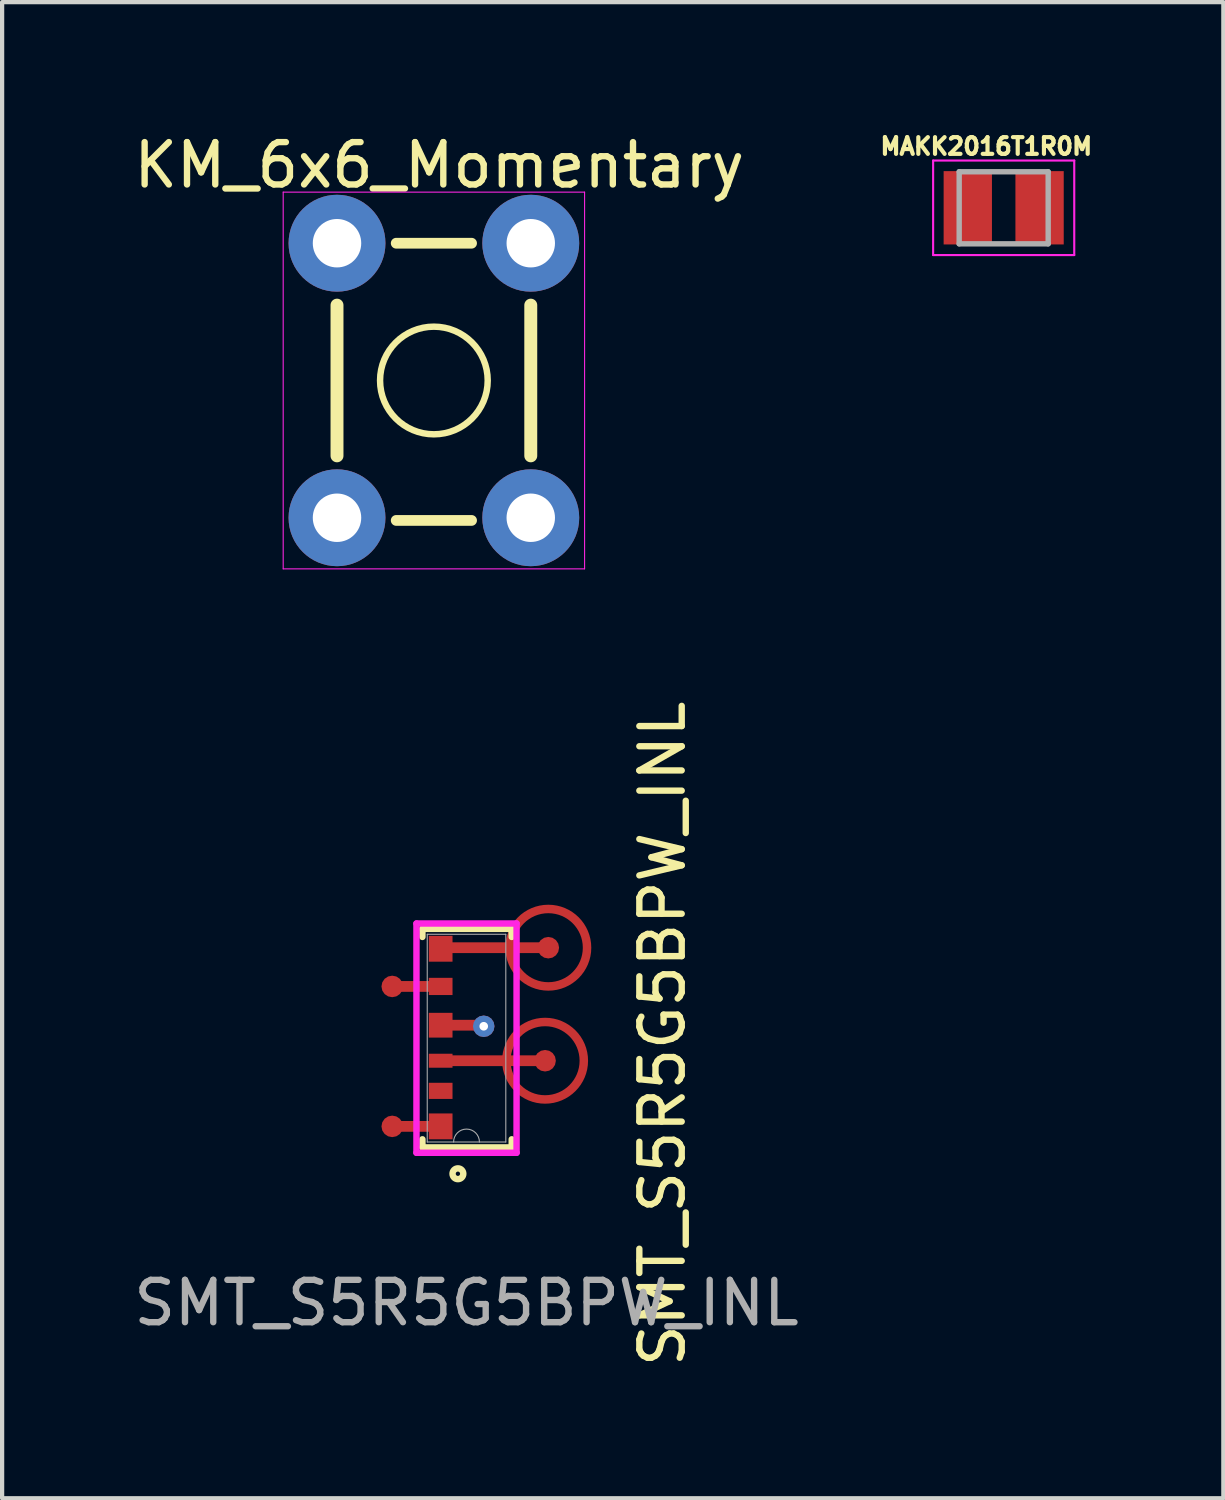
<source format=kicad_pcb>
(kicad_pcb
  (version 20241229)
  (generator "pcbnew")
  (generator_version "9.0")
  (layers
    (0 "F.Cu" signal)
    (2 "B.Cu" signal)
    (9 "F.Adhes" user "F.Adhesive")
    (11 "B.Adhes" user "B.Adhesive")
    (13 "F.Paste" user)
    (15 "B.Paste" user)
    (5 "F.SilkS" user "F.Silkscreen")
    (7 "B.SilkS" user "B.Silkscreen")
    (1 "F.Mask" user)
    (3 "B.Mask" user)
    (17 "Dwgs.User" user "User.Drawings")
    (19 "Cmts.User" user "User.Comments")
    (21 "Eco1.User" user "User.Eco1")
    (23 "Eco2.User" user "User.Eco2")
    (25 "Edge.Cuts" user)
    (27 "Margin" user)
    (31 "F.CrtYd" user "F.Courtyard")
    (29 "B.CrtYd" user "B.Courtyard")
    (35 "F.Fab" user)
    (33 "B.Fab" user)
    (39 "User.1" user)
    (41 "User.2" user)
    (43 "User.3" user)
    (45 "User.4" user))
  (footprint "SMT_S5R5G5BPW_INL"
    (layer "F.Cu")
    (at 7.958 21.344)
    (property "Reference" "SMT_S5R5G5BPW_INL" (at 4.623 0 90) (unlocked yes) (layer "F.SilkS") (effects (font (size 1 1) (thickness 0.15))))
    (fp_circle (center 1.854 0.635) (end 1.854 1.549) (stroke (width 0.2) (type default)) (fill no) (layer "F.Cu"))
    (fp_circle (center 1.93 -2.032) (end 1.93 -1.118) (stroke (width 0.2) (type default)) (fill no) (layer "F.Cu"))
    (fp_line (start -1.041 -2.477) (end -1.041 -2.286) (stroke (width 0.152) (type solid)) (layer "F.SilkS"))
    (fp_line (start -1.041 2.489) (end -1.041 2.68) (stroke (width 0.152) (type solid)) (layer "F.SilkS"))
    (fp_line (start -1.041 2.68) (end 1.067 2.68) (stroke (width 0.152) (type solid)) (layer "F.SilkS"))
    (fp_line (start 1.067 -2.477) (end -1.041 -2.477) (stroke (width 0.152) (type solid)) (layer "F.SilkS"))
    (fp_line (start 1.067 -2.286) (end 1.067 -2.477) (stroke (width 0.152) (type solid)) (layer "F.SilkS"))
    (fp_line (start 1.067 2.68) (end 1.067 2.489) (stroke (width 0.152) (type solid)) (layer "F.SilkS"))
    (fp_circle (center -0.203 3.302) (end -0.076 3.302) (stroke (width 0.152) (type solid)) (fill no) (layer "F.SilkS"))
    (fp_line (start -1.181 -2.603) (end 1.181 -2.603) (stroke (width 0.152) (type solid)) (layer "F.CrtYd"))
    (fp_line (start -1.181 2.807) (end -1.181 -2.603) (stroke (width 0.152) (type solid)) (layer "F.CrtYd"))
    (fp_line (start 1.181 -2.603) (end 1.181 2.807) (stroke (width 0.152) (type solid)) (layer "F.CrtYd"))
    (fp_line (start 1.181 2.807) (end -1.181 2.807) (stroke (width 0.152) (type solid)) (layer "F.CrtYd"))
    (fp_line (start -0.927 -2.349) (end -0.927 2.553) (stroke (width 0.025) (type solid)) (layer "F.Fab"))
    (fp_line (start -0.927 2.553) (end 0.927 2.553) (stroke (width 0.025) (type solid)) (layer "F.Fab"))
    (fp_line (start 0.927 -2.349) (end -0.927 -2.349) (stroke (width 0.025) (type solid)) (layer "F.Fab"))
    (fp_line (start 0.927 2.553) (end 0.927 -2.349) (stroke (width 0.025) (type solid)) (layer "F.Fab"))
    (fp_arc (start -0.3048 2.5527) (mid 0 2.2479) (end 0.3048 2.5527) (stroke (width 0.0254) (type solid)) (layer "F.Fab"))
    (fp_text user "${REFERENCE}" (at 0 6.35 0) (unlocked yes) (layer "F.Fab") (effects (font (size 1 1) (thickness 0.15))))
    (pad "1" smd roundrect (at -1.753 2.184) (size 0.508 0.508) (layers "F.Cu" "F.Mask" "F.Paste") (roundrect_rratio 0.5))
    (pad "1" smd rect (at -1.168 2.184) (size 1.168 0.254) (layers "F.Cu" "F.Mask" "F.Paste"))
    (pad "1" smd rect (at -0.61 2.184 180) (size 0.559 0.61) (layers "F.Cu" "F.Mask" "F.Paste"))
    (pad "2" smd rect (at -0.61 1.346 180) (size 0.559 0.381) (layers "F.Cu" "F.Mask" "F.Paste"))
    (pad "3" smd rect (at -0.61 0.635 180) (size 0.559 0.33) (layers "F.Cu" "F.Mask" "F.Paste"))
    (pad "3" smd rect (at 0.61 0.635) (size 2.489 0.254) (layers "F.Cu" "F.Mask" "F.Paste"))
    (pad "3" smd roundrect (at 1.854 0.635) (size 0.508 0.508) (layers "F.Cu" "F.Mask" "F.Paste") (roundrect_rratio 0.5))
    (pad "4" smd rect (at -0.61 -0.203 180) (size 0.559 0.584) (layers "F.Cu" "F.Mask" "F.Paste"))
    (pad "4" smd rect (at -0.102 -0.203) (size 1.016 0.254) (layers "F.Cu" "F.Mask" "F.Paste"))
    (pad "4" thru_hole roundrect (at 0.406 -0.178) (size 0.508 0.508) (drill 0.203) (layers "*.Cu" "*.Mask") (roundrect_rratio 0.5))
    (pad "5" smd roundrect (at -1.753 -1.118) (size 0.508 0.508) (layers "F.Cu" "F.Mask" "F.Paste") (roundrect_rratio 0.5))
    (pad "5" smd rect (at -1.168 -1.118) (size 1.168 0.254) (layers "F.Cu" "F.Mask" "F.Paste"))
    (pad "5" smd rect (at -0.61 -1.118 180) (size 0.559 0.406) (layers "F.Cu" "F.Mask" "F.Paste"))
    (pad "6" smd rect (at -0.61 -2.007 180) (size 0.559 0.61) (layers "F.Cu" "F.Mask" "F.Paste"))
    (pad "6" smd rect (at 0.66 -2.032) (size 2.489 0.254) (layers "F.Cu" "F.Mask" "F.Paste"))
    (pad "6" smd roundrect (at 1.93 -2.032) (size 0.508 0.508) (layers "F.Cu" "F.Mask" "F.Paste") (roundrect_rratio 0.5)))
  (footprint "KM_6x6_Momentary"
    (layer "F.Cu")
    (at 7.188 5.928)
    (property "Reference" "KM_6x6_Momentary" (at 0.127 -5.08 0) (layer "F.SilkS") (effects (font (size 1 1) (thickness 0.15))))
    (attr through_hole)
    (fp_line (start -2.286 1.778) (end -2.286 -1.778) (stroke (width 0.305) (type solid)) (layer "F.SilkS"))
    (fp_line (start -0.889 -3.239) (end 0.889 -3.239) (stroke (width 0.254) (type solid)) (layer "F.SilkS"))
    (fp_line (start -0.889 3.302) (end 0.889 3.302) (stroke (width 0.254) (type solid)) (layer "F.SilkS"))
    (fp_line (start 2.286 -1.778) (end 2.286 1.778) (stroke (width 0.305) (type solid)) (layer "F.SilkS"))
    (fp_circle (center 0 0) (end 1.27 0) (stroke (width 0.152) (type solid)) (fill no) (layer "F.SilkS"))
    (fp_line (start -3.556 -4.445) (end 3.556 -4.445) (stroke (width 0.025) (type solid)) (layer "F.CrtYd"))
    (fp_line (start -3.556 4.445) (end -3.556 -4.445) (stroke (width 0.025) (type solid)) (layer "F.CrtYd"))
    (fp_line (start 3.556 -4.445) (end 3.556 4.445) (stroke (width 0.025) (type solid)) (layer "F.CrtYd"))
    (fp_line (start 3.556 4.445) (end -3.556 4.445) (stroke (width 0.025) (type solid)) (layer "F.CrtYd"))
    (pad "1" thru_hole circle (at -2.286 -3.239) (size 2.286 2.286) (drill 1.143) (layers "*.Cu" "*.Mask"))
    (pad "1" thru_hole circle (at -2.286 3.239) (size 2.286 2.286) (drill 1.143) (layers "*.Cu" "*.Mask"))
    (pad "2" thru_hole circle (at 2.286 -3.239) (size 2.286 2.286) (drill 1.143) (layers "*.Cu" "*.Mask"))
    (pad "2" thru_hole circle (at 2.286 3.239) (size 2.286 2.286) (drill 1.143) (layers "*.Cu" "*.Mask")))
  (footprint "MAKK2016T1R0M"
    (layer "F.Cu")
    (at 20.633 1.853)
    (property "Reference" "MAKK2016T1R0M" (at -0.41 -1.45 0) (layer "F.SilkS") (effects (font (size 0.394 0.394) (thickness 0.15))))
    (attr smd)
    (fp_line (start -1.665 -1.115) (end 1.665 -1.115) (stroke (width 0.05) (type solid)) (layer "F.CrtYd"))
    (fp_line (start -1.665 1.115) (end -1.665 -1.115) (stroke (width 0.05) (type solid)) (layer "F.CrtYd"))
    (fp_line (start -1.665 1.115) (end 1.665 1.115) (stroke (width 0.05) (type solid)) (layer "F.CrtYd"))
    (fp_line (start 1.665 1.115) (end 1.665 -1.115) (stroke (width 0.05) (type solid)) (layer "F.CrtYd"))
    (fp_line (start -1.05 0.85) (end -1.05 -0.85) (stroke (width 0.127) (type solid)) (layer "F.Fab"))
    (fp_line (start 1.05 -0.85) (end -1.05 -0.85) (stroke (width 0.127) (type solid)) (layer "F.Fab"))
    (fp_line (start 1.05 0.85) (end -1.05 0.85) (stroke (width 0.127) (type solid)) (layer "F.Fab"))
    (fp_line (start 1.05 0.85) (end 1.05 -0.85) (stroke (width 0.127) (type solid)) (layer "F.Fab"))
    (pad "1" smd rect (at -0.847 0) (size 1.14 1.73) (layers "F.Cu" "F.Mask" "F.Paste"))
    (pad "2" smd rect (at 0.847 0) (size 1.14 1.73) (layers "F.Cu" "F.Mask" "F.Paste")))
  (gr_rect
    (start -3 -3)
    (end 25.816 32.303)
    (stroke (width 0.1) (type default))
    (fill no)
    (layer "Edge.Cuts")))
</source>
